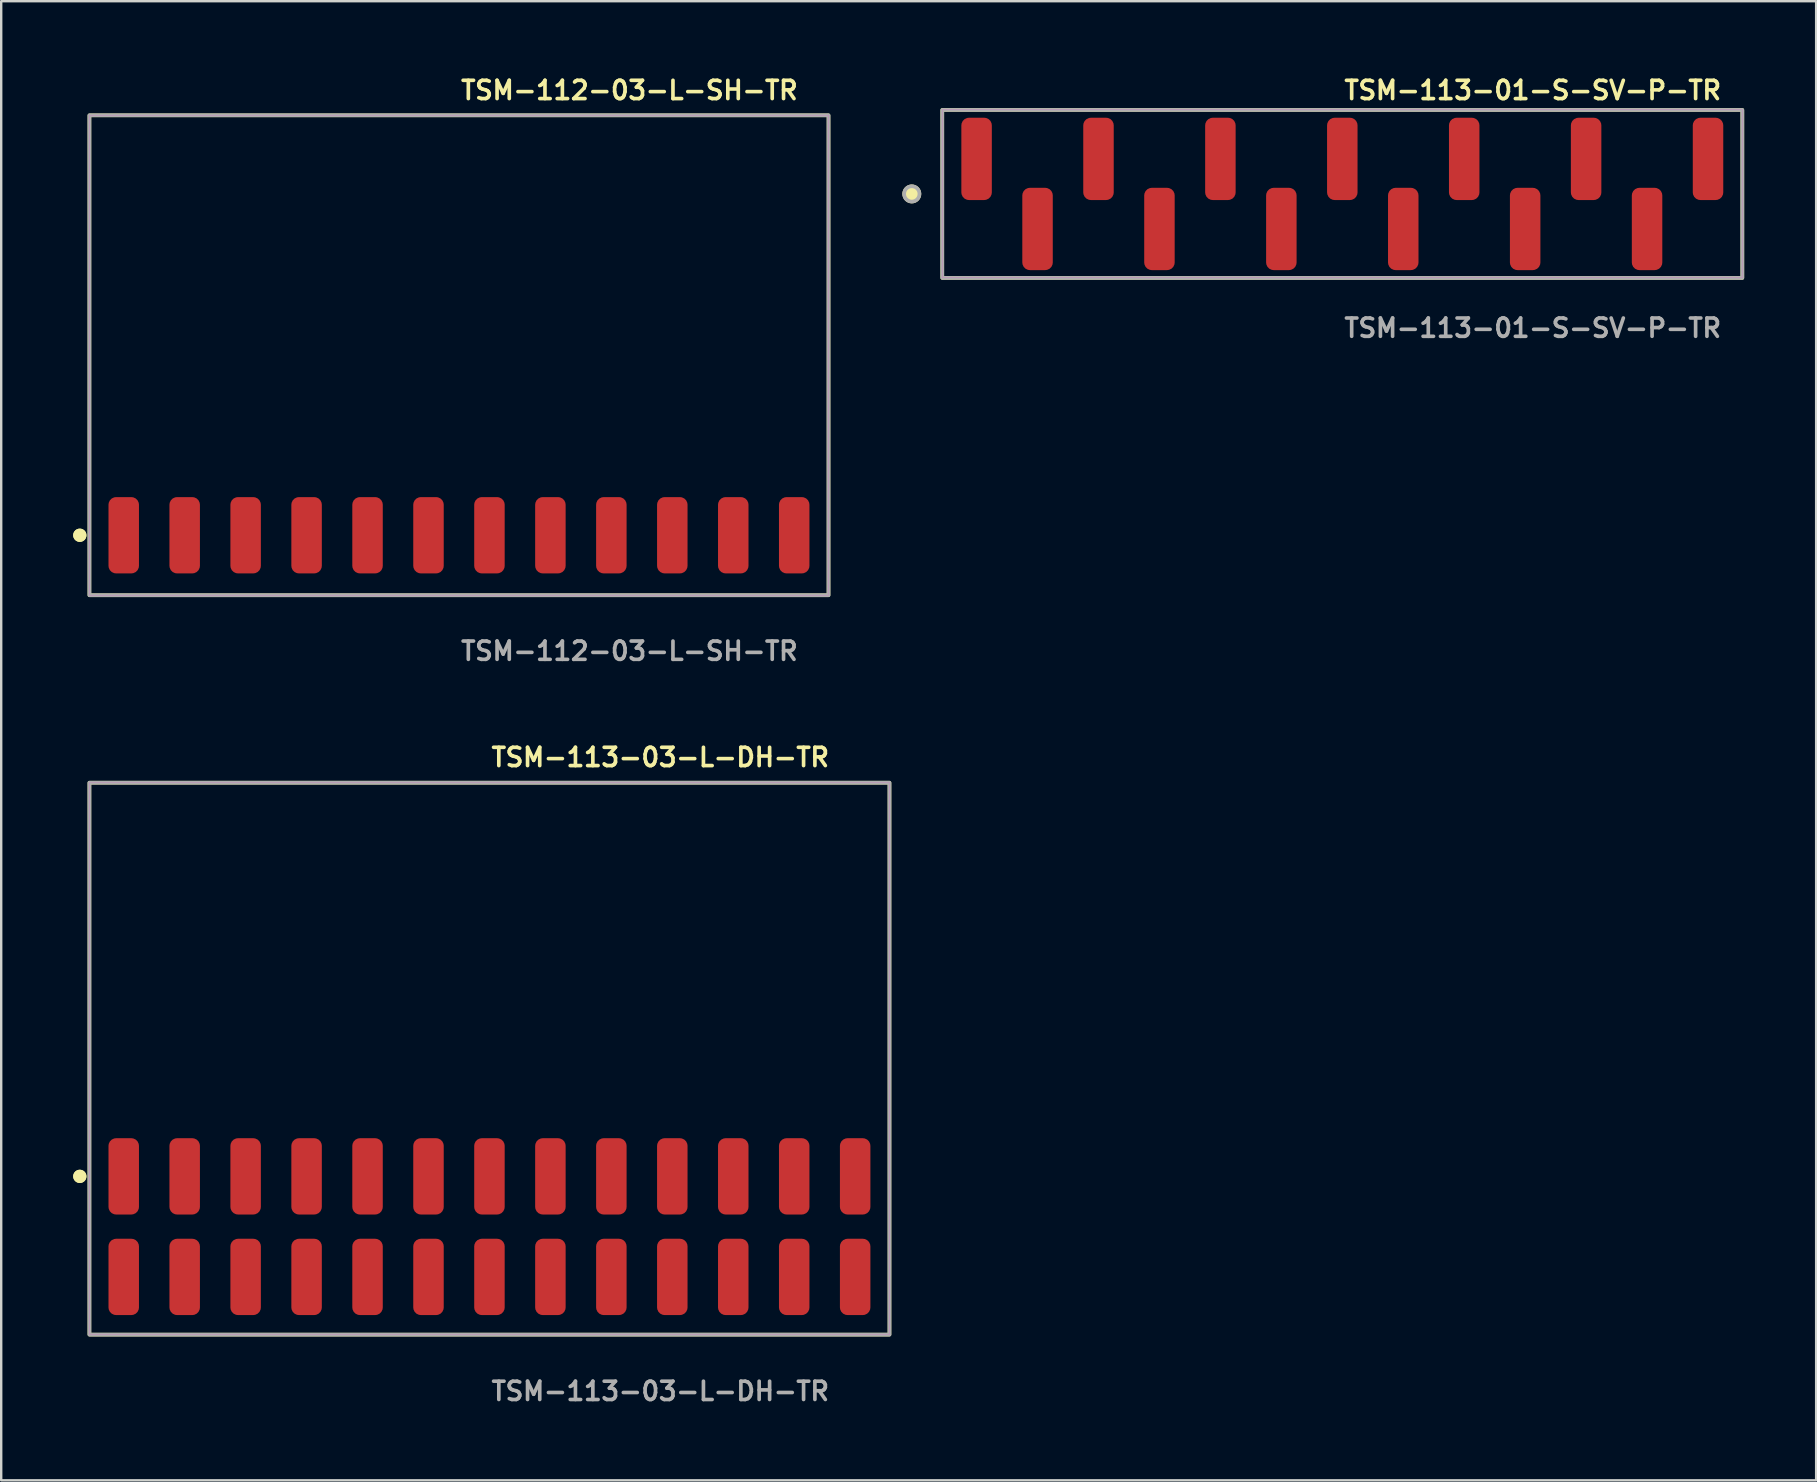
<source format=kicad_pcb>
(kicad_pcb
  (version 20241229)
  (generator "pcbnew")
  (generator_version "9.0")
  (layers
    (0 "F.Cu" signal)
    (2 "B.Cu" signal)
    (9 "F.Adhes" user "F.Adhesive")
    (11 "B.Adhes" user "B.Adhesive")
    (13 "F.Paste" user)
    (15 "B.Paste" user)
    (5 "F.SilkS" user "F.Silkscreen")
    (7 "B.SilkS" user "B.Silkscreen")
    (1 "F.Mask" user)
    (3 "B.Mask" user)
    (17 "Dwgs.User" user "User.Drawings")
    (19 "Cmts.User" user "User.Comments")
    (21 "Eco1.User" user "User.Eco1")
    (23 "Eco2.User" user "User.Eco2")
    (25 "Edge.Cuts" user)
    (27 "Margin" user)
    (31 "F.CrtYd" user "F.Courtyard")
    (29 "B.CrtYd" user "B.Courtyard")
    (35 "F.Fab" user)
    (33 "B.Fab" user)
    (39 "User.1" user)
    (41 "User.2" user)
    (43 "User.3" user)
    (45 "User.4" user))
  (footprint "TSM-113-01-S-SV-P-TR"
    (layer "F.Cu")
    (at 52.886 5.031)
    (property "Reference" "TSM-113-01-S-SV-P-TR" (at 0 -4.318 0) (unlocked yes) (layer "F.SilkS") (effects (font (size 0.762 0.762) (thickness 0.152)) (justify left)))
    (fp_rect (start -16.67 3.5) (end 16.67 -3.5) (stroke (width 0.152) (type solid)) (fill no) (layer "F.SilkS"))
    (fp_circle (center -17.94 0) (end -18.258 0) (stroke (width 0.152) (type solid)) (fill yes) (layer "F.SilkS"))
    (fp_rect (start -16.67 3.5) (end 16.67 -3.5) (stroke (width 0.006) (type solid)) (fill no) (layer "F.CrtYd"))
    (fp_rect (start -16.67 3.5) (end 16.67 -3.5) (stroke (width 0.152) (type solid)) (fill no) (layer "F.Fab"))
    (fp_circle (center -17.94 0) (end -18.258 0) (stroke (width 0.152) (type solid)) (fill no) (layer "F.Fab"))
    (fp_text user "${REFERENCE}" (at 0 5.588 0) (unlocked yes) (layer "F.Fab") (effects (font (size 0.762 0.762) (thickness 0.152)) (justify left)))
    (pad "1" smd roundrect (at -15.24 -1.46) (size 1.27 3.43) (layers "F.Cu" "F.Paste") (roundrect_rratio 0.25))
    (pad "2" smd roundrect (at -12.7 1.46) (size 1.27 3.43) (layers "F.Cu" "F.Paste") (roundrect_rratio 0.25))
    (pad "3" smd roundrect (at -10.16 -1.46) (size 1.27 3.43) (layers "F.Cu" "F.Paste") (roundrect_rratio 0.25))
    (pad "4" smd roundrect (at -7.62 1.46) (size 1.27 3.43) (layers "F.Cu" "F.Paste") (roundrect_rratio 0.25))
    (pad "5" smd roundrect (at -5.08 -1.46) (size 1.27 3.43) (layers "F.Cu" "F.Paste") (roundrect_rratio 0.25))
    (pad "6" smd roundrect (at -2.54 1.46) (size 1.27 3.43) (layers "F.Cu" "F.Paste") (roundrect_rratio 0.25))
    (pad "7" smd roundrect (at 0 -1.46) (size 1.27 3.43) (layers "F.Cu" "F.Paste") (roundrect_rratio 0.25))
    (pad "8" smd roundrect (at 2.54 1.46) (size 1.27 3.43) (layers "F.Cu" "F.Paste") (roundrect_rratio 0.25))
    (pad "9" smd roundrect (at 5.08 -1.46) (size 1.27 3.43) (layers "F.Cu" "F.Paste") (roundrect_rratio 0.25))
    (pad "10" smd roundrect (at 7.62 1.46) (size 1.27 3.43) (layers "F.Cu" "F.Paste") (roundrect_rratio 0.25))
    (pad "11" smd roundrect (at 10.16 -1.46) (size 1.27 3.43) (layers "F.Cu" "F.Paste") (roundrect_rratio 0.25))
    (pad "12" smd roundrect (at 12.7 1.46) (size 1.27 3.43) (layers "F.Cu" "F.Paste") (roundrect_rratio 0.25))
    (pad "13" smd roundrect (at 15.24 -1.46) (size 1.27 3.43) (layers "F.Cu" "F.Paste") (roundrect_rratio 0.25)))
  (footprint "TSM-112-03-L-SH-TR"
    (layer "F.Cu")
    (at 16.076 19.255)
    (property "Reference" "TSM-112-03-L-SH-TR" (at 0 -18.542 0) (unlocked yes) (layer "F.SilkS") (effects (font (size 0.762 0.762) (thickness 0.152)) (justify left)))
    (fp_rect (start -15.4 2.5) (end 15.4 -17.5) (stroke (width 0.152) (type solid)) (fill no) (layer "F.SilkS"))
    (fp_circle (center -15.8 0) (end -16 0) (stroke (width 0.152) (type solid)) (fill yes) (layer "F.SilkS"))
    (fp_circle (center -15.8 0) (end -16 0) (stroke (width 0.152) (type solid)) (fill yes) (layer "F.SilkS"))
    (fp_rect (start -15.4 2.5) (end 15.4 -17.5) (stroke (width 0.006) (type solid)) (fill no) (layer "F.CrtYd"))
    (fp_rect (start -15.4 2.5) (end 15.4 -17.5) (stroke (width 0.152) (type solid)) (fill no) (layer "F.Fab"))
    (fp_text user "${REFERENCE}" (at 0 4.826 0) (unlocked yes) (layer "F.Fab") (effects (font (size 0.762 0.762) (thickness 0.152)) (justify left)))
    (pad "1" smd roundrect (at -13.97 0) (size 1.27 3.18) (layers "F.Cu" "F.Paste") (roundrect_rratio 0.25))
    (pad "2" smd roundrect (at -11.43 0) (size 1.27 3.18) (layers "F.Cu" "F.Paste") (roundrect_rratio 0.25))
    (pad "3" smd roundrect (at -8.89 0) (size 1.27 3.18) (layers "F.Cu" "F.Paste") (roundrect_rratio 0.25))
    (pad "4" smd roundrect (at -6.35 0) (size 1.27 3.18) (layers "F.Cu" "F.Paste") (roundrect_rratio 0.25))
    (pad "5" smd roundrect (at -3.81 0) (size 1.27 3.18) (layers "F.Cu" "F.Paste") (roundrect_rratio 0.25))
    (pad "6" smd roundrect (at -1.27 0) (size 1.27 3.18) (layers "F.Cu" "F.Paste") (roundrect_rratio 0.25))
    (pad "7" smd roundrect (at 1.27 0) (size 1.27 3.18) (layers "F.Cu" "F.Paste") (roundrect_rratio 0.25))
    (pad "8" smd roundrect (at 3.81 0) (size 1.27 3.18) (layers "F.Cu" "F.Paste") (roundrect_rratio 0.25))
    (pad "9" smd roundrect (at 6.35 0) (size 1.27 3.18) (layers "F.Cu" "F.Paste") (roundrect_rratio 0.25))
    (pad "10" smd roundrect (at 8.89 0) (size 1.27 3.18) (layers "F.Cu" "F.Paste") (roundrect_rratio 0.25))
    (pad "11" smd roundrect (at 11.43 0) (size 1.27 3.18) (layers "F.Cu" "F.Paste") (roundrect_rratio 0.25))
    (pad "12" smd roundrect (at 13.97 0) (size 1.27 3.18) (layers "F.Cu" "F.Paste") (roundrect_rratio 0.25)))
  (footprint "TSM-113-03-L-DH-TR"
    (layer "F.Cu")
    (at 17.346 48.066)
    (property "Reference" "TSM-113-03-L-DH-TR" (at 0 -19.558 0) (unlocked yes) (layer "F.SilkS") (effects (font (size 0.762 0.762) (thickness 0.152)) (justify left)))
    (fp_rect (start -16.67 4.5) (end 16.67 -18.5) (stroke (width 0.152) (type solid)) (fill no) (layer "F.SilkS"))
    (fp_circle (center -17.07 -2.095) (end -17.27 -2.095) (stroke (width 0.152) (type solid)) (fill yes) (layer "F.SilkS"))
    (fp_circle (center -17.07 -2.095) (end -17.27 -2.095) (stroke (width 0.152) (type solid)) (fill yes) (layer "F.SilkS"))
    (fp_rect (start -16.67 4.5) (end 16.67 -18.5) (stroke (width 0.006) (type solid)) (fill no) (layer "F.CrtYd"))
    (fp_rect (start -16.67 4.5) (end 16.67 -18.5) (stroke (width 0.152) (type solid)) (fill no) (layer "F.Fab"))
    (fp_text user "${REFERENCE}" (at 0 6.858 0) (unlocked yes) (layer "F.Fab") (effects (font (size 0.762 0.762) (thickness 0.152)) (justify left)))
    (pad "1" smd roundrect (at -15.24 2.095) (size 1.27 3.18) (layers "F.Cu" "F.Paste") (roundrect_rratio 0.25))
    (pad "2" smd roundrect (at -15.24 -2.095) (size 1.27 3.18) (layers "F.Cu" "F.Paste") (roundrect_rratio 0.25))
    (pad "3" smd roundrect (at -12.7 2.095) (size 1.27 3.18) (layers "F.Cu" "F.Paste") (roundrect_rratio 0.25))
    (pad "4" smd roundrect (at -12.7 -2.095) (size 1.27 3.18) (layers "F.Cu" "F.Paste") (roundrect_rratio 0.25))
    (pad "5" smd roundrect (at -10.16 2.095) (size 1.27 3.18) (layers "F.Cu" "F.Paste") (roundrect_rratio 0.25))
    (pad "6" smd roundrect (at -10.16 -2.095) (size 1.27 3.18) (layers "F.Cu" "F.Paste") (roundrect_rratio 0.25))
    (pad "7" smd roundrect (at -7.62 2.095) (size 1.27 3.18) (layers "F.Cu" "F.Paste") (roundrect_rratio 0.25))
    (pad "8" smd roundrect (at -7.62 -2.095) (size 1.27 3.18) (layers "F.Cu" "F.Paste") (roundrect_rratio 0.25))
    (pad "9" smd roundrect (at -5.08 2.095) (size 1.27 3.18) (layers "F.Cu" "F.Paste") (roundrect_rratio 0.25))
    (pad "10" smd roundrect (at -5.08 -2.095) (size 1.27 3.18) (layers "F.Cu" "F.Paste") (roundrect_rratio 0.25))
    (pad "11" smd roundrect (at -2.54 2.095) (size 1.27 3.18) (layers "F.Cu" "F.Paste") (roundrect_rratio 0.25))
    (pad "12" smd roundrect (at -2.54 -2.095) (size 1.27 3.18) (layers "F.Cu" "F.Paste") (roundrect_rratio 0.25))
    (pad "13" smd roundrect (at 0 2.095) (size 1.27 3.18) (layers "F.Cu" "F.Paste") (roundrect_rratio 0.25))
    (pad "14" smd roundrect (at 0 -2.095) (size 1.27 3.18) (layers "F.Cu" "F.Paste") (roundrect_rratio 0.25))
    (pad "15" smd roundrect (at 2.54 2.095) (size 1.27 3.18) (layers "F.Cu" "F.Paste") (roundrect_rratio 0.25))
    (pad "16" smd roundrect (at 2.54 -2.095) (size 1.27 3.18) (layers "F.Cu" "F.Paste") (roundrect_rratio 0.25))
    (pad "17" smd roundrect (at 5.08 2.095) (size 1.27 3.18) (layers "F.Cu" "F.Paste") (roundrect_rratio 0.25))
    (pad "18" smd roundrect (at 5.08 -2.095) (size 1.27 3.18) (layers "F.Cu" "F.Paste") (roundrect_rratio 0.25))
    (pad "19" smd roundrect (at 7.62 2.095) (size 1.27 3.18) (layers "F.Cu" "F.Paste") (roundrect_rratio 0.25))
    (pad "20" smd roundrect (at 7.62 -2.095) (size 1.27 3.18) (layers "F.Cu" "F.Paste") (roundrect_rratio 0.25))
    (pad "21" smd roundrect (at 10.16 2.095) (size 1.27 3.18) (layers "F.Cu" "F.Paste") (roundrect_rratio 0.25))
    (pad "22" smd roundrect (at 10.16 -2.095) (size 1.27 3.18) (layers "F.Cu" "F.Paste") (roundrect_rratio 0.25))
    (pad "23" smd roundrect (at 12.7 2.095) (size 1.27 3.18) (layers "F.Cu" "F.Paste") (roundrect_rratio 0.25))
    (pad "24" smd roundrect (at 12.7 -2.095) (size 1.27 3.18) (layers "F.Cu" "F.Paste") (roundrect_rratio 0.25))
    (pad "25" smd roundrect (at 15.24 2.095) (size 1.27 3.18) (layers "F.Cu" "F.Paste") (roundrect_rratio 0.25))
    (pad "26" smd roundrect (at 15.24 -2.095) (size 1.27 3.18) (layers "F.Cu" "F.Paste") (roundrect_rratio 0.25)))
  (gr_rect
    (start -3 -3)
    (end 72.632 58.637)
    (stroke (width 0.1) (type default))
    (fill no)
    (layer "Edge.Cuts")))
</source>
